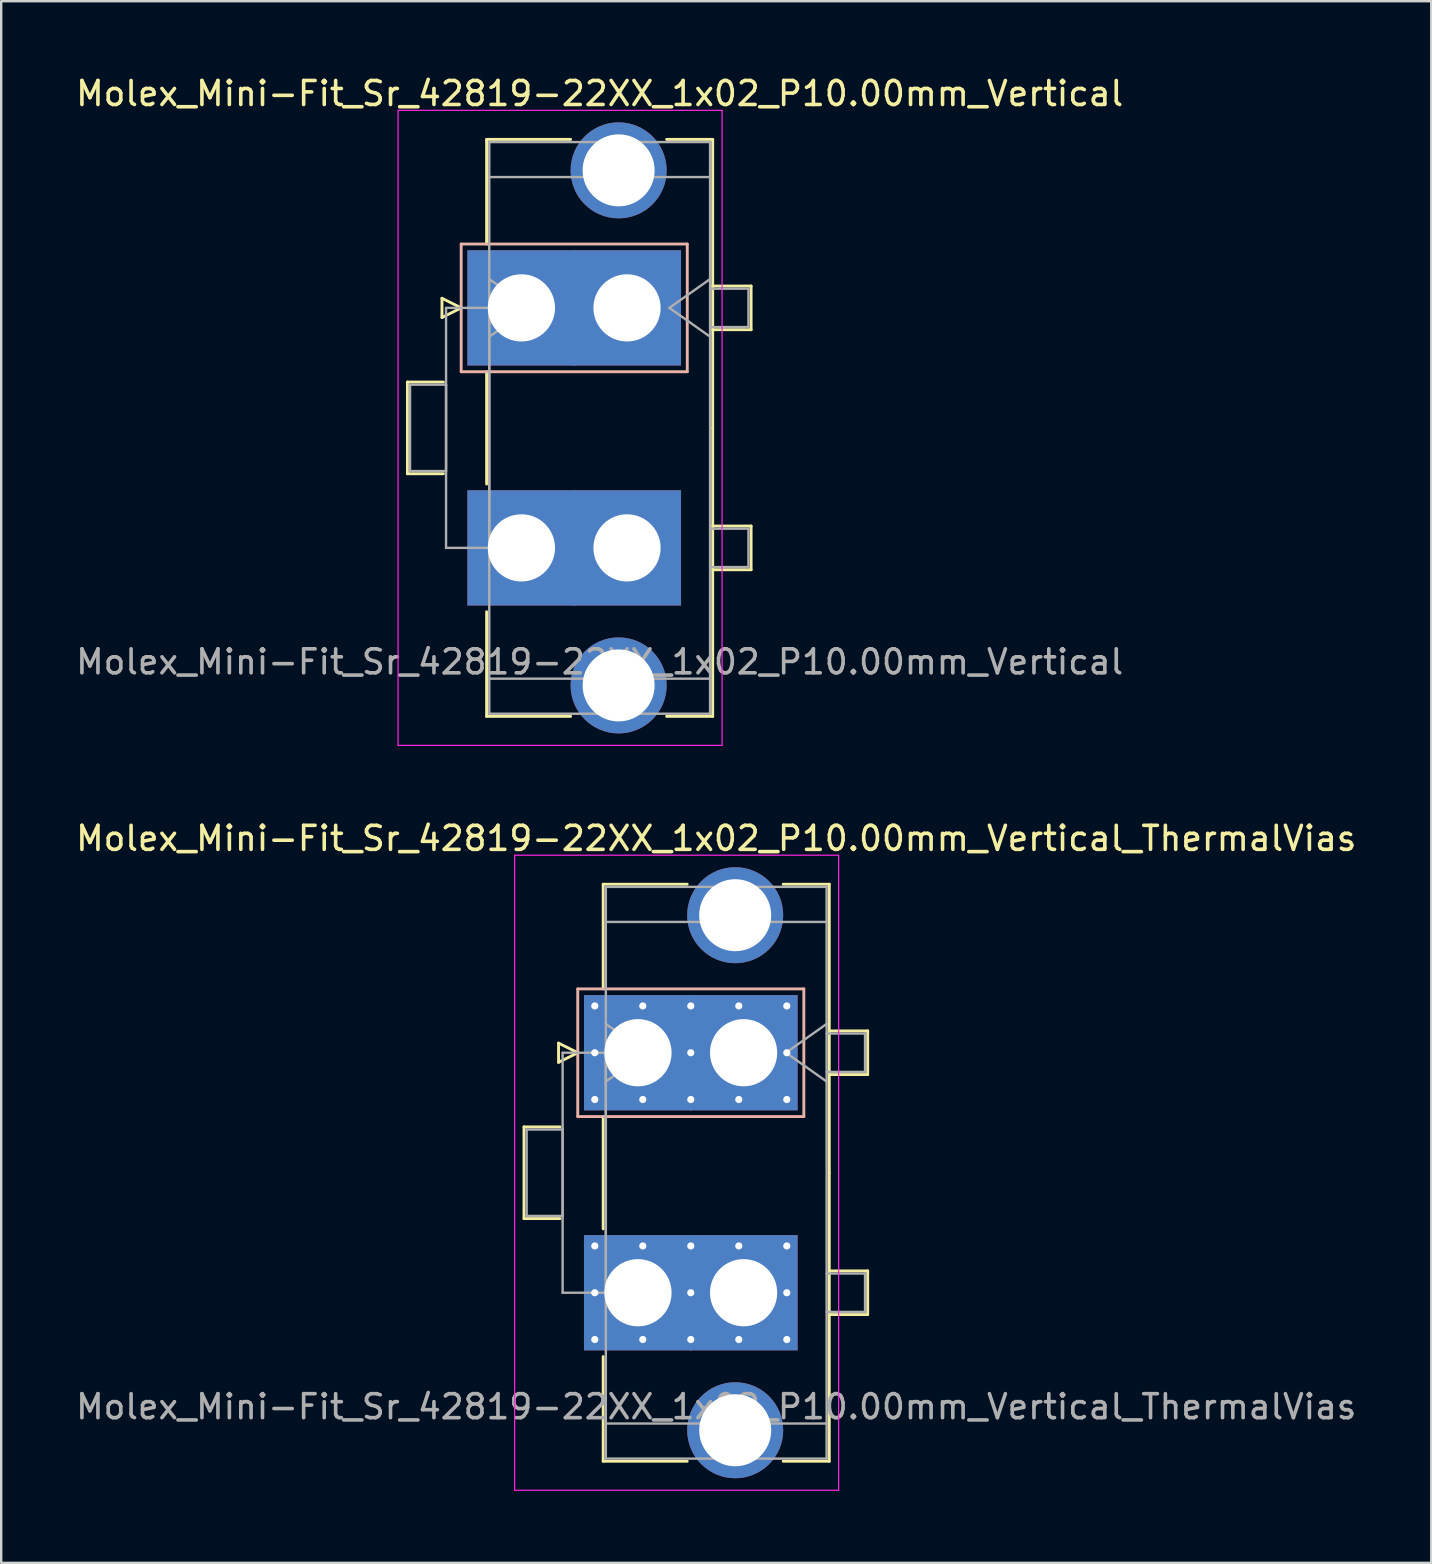
<source format=kicad_pcb>
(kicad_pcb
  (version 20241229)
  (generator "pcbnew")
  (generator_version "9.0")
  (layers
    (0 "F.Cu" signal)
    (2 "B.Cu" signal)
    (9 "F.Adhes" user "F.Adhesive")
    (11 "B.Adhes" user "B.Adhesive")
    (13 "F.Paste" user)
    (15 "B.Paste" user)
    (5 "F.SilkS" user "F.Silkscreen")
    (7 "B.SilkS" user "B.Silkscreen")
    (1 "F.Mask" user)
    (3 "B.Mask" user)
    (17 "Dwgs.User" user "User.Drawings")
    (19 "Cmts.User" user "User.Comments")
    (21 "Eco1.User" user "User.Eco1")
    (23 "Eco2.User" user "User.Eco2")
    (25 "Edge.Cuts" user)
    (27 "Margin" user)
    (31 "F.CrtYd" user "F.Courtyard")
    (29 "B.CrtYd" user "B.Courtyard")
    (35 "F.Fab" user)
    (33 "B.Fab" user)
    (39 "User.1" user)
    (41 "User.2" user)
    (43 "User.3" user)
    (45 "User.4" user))
  (footprint "Molex_Mini-Fit_Sr_42819-22XX_1x02_P10.00mm_Vertical"
    (layer "F.Cu")
    (at 18.675 9.778)
    (property "Reference" "Molex_Mini-Fit_Sr_42819-22XX_1x02_P10.00mm_Vertical" (at 3.26 -8.93 0) (layer "F.SilkS") (effects (font (size 1 1) (thickness 0.15))))
    (attr through_hole)
    (fp_line (start -4.75 3.09) (end -4.75 6.91) (stroke (width 0.12) (type solid)) (layer "F.SilkS"))
    (fp_line (start -4.75 6.91) (end -3.25 6.91) (stroke (width 0.12) (type solid)) (layer "F.SilkS"))
    (fp_line (start -3.31 -0.4) (end -3.31 0.4) (stroke (width 0.12) (type solid)) (layer "F.SilkS"))
    (fp_line (start -3.31 0.4) (end -2.51 0) (stroke (width 0.12) (type solid)) (layer "F.SilkS"))
    (fp_line (start -3.25 3.09) (end -4.75 3.09) (stroke (width 0.12) (type solid)) (layer "F.SilkS"))
    (fp_line (start -2.51 0) (end -3.31 -0.4) (stroke (width 0.12) (type solid)) (layer "F.SilkS"))
    (fp_line (start -1.45 -7.02) (end 2.05 -7.02) (stroke (width 0.12) (type solid)) (layer "F.SilkS"))
    (fp_line (start -1.45 -2.66) (end -1.45 -7.02) (stroke (width 0.12) (type solid)) (layer "F.SilkS"))
    (fp_line (start -1.45 2.66) (end -1.45 7.34) (stroke (width 0.12) (type solid)) (layer "F.SilkS"))
    (fp_line (start -1.45 12.66) (end -1.45 17.02) (stroke (width 0.12) (type solid)) (layer "F.SilkS"))
    (fp_line (start -1.45 17.02) (end 2.05 17.02) (stroke (width 0.12) (type solid)) (layer "F.SilkS"))
    (fp_line (start 6.05 -7.02) (end 7.97 -7.02) (stroke (width 0.12) (type solid)) (layer "F.SilkS"))
    (fp_line (start 6.05 17.02) (end 7.97 17.02) (stroke (width 0.12) (type solid)) (layer "F.SilkS"))
    (fp_line (start 7.97 -7.02) (end 7.97 5) (stroke (width 0.12) (type solid)) (layer "F.SilkS"))
    (fp_line (start 7.97 -0.91) (end 9.57 -0.91) (stroke (width 0.12) (type solid)) (layer "F.SilkS"))
    (fp_line (start 7.97 9.09) (end 9.57 9.09) (stroke (width 0.12) (type solid)) (layer "F.SilkS"))
    (fp_line (start 7.97 17.02) (end 7.97 5) (stroke (width 0.12) (type solid)) (layer "F.SilkS"))
    (fp_line (start 9.57 -0.91) (end 9.57 0.91) (stroke (width 0.12) (type solid)) (layer "F.SilkS"))
    (fp_line (start 9.57 0.91) (end 7.97 0.91) (stroke (width 0.12) (type solid)) (layer "F.SilkS"))
    (fp_line (start 9.57 9.09) (end 9.57 10.91) (stroke (width 0.12) (type solid)) (layer "F.SilkS"))
    (fp_line (start 9.57 10.91) (end 7.97 10.91) (stroke (width 0.12) (type solid)) (layer "F.SilkS"))
    (fp_line (start -2.51 -2.66) (end -2.51 2.66) (stroke (width 0.12) (type solid)) (layer "B.SilkS"))
    (fp_line (start -2.51 2.66) (end 6.91 2.66) (stroke (width 0.12) (type solid)) (layer "B.SilkS"))
    (fp_line (start 6.91 -2.66) (end -2.51 -2.66) (stroke (width 0.12) (type solid)) (layer "B.SilkS"))
    (fp_line (start 6.91 2.66) (end 6.91 -2.66) (stroke (width 0.12) (type solid)) (layer "B.SilkS"))
    (fp_line (start -5.14 -8.23) (end -5.14 18.23) (stroke (width 0.05) (type solid)) (layer "F.CrtYd"))
    (fp_line (start -5.14 18.23) (end 8.36 18.23) (stroke (width 0.05) (type solid)) (layer "F.CrtYd"))
    (fp_line (start 8.36 -8.23) (end -5.14 -8.23) (stroke (width 0.05) (type solid)) (layer "F.CrtYd"))
    (fp_line (start 8.36 18.23) (end 8.36 -8.23) (stroke (width 0.05) (type solid)) (layer "F.CrtYd"))
    (fp_line (start -4.64 3.2) (end -3.14 3.2) (stroke (width 0.1) (type solid)) (layer "F.Fab"))
    (fp_line (start -4.64 6.8) (end -4.64 3.2) (stroke (width 0.1) (type solid)) (layer "F.Fab"))
    (fp_line (start -3.14 0) (end -1.34 0) (stroke (width 0.1) (type solid)) (layer "F.Fab"))
    (fp_line (start -3.14 3.2) (end -3.14 6.8) (stroke (width 0.1) (type solid)) (layer "F.Fab"))
    (fp_line (start -3.14 6.8) (end -4.64 6.8) (stroke (width 0.1) (type solid)) (layer "F.Fab"))
    (fp_line (start -3.14 10) (end -3.14 0) (stroke (width 0.1) (type solid)) (layer "F.Fab"))
    (fp_line (start -1.34 -6.91) (end -1.34 16.91) (stroke (width 0.1) (type solid)) (layer "F.Fab"))
    (fp_line (start -1.34 -5.45) (end 7.86 -5.45) (stroke (width 0.1) (type solid)) (layer "F.Fab"))
    (fp_line (start -1.34 -1.2) (end 0.357 0) (stroke (width 0.1) (type solid)) (layer "F.Fab"))
    (fp_line (start -1.34 0) (end -1.34 10) (stroke (width 0.1) (type solid)) (layer "F.Fab"))
    (fp_line (start -1.34 10) (end -3.14 10) (stroke (width 0.1) (type solid)) (layer "F.Fab"))
    (fp_line (start -1.34 15.45) (end 7.86 15.45) (stroke (width 0.1) (type solid)) (layer "F.Fab"))
    (fp_line (start -1.34 16.91) (end 7.86 16.91) (stroke (width 0.1) (type solid)) (layer "F.Fab"))
    (fp_line (start 0.357 0) (end -1.34 1.2) (stroke (width 0.1) (type solid)) (layer "F.Fab"))
    (fp_line (start 6.163 0) (end 7.86 1.2) (stroke (width 0.1) (type solid)) (layer "F.Fab"))
    (fp_line (start 7.86 -6.91) (end -1.34 -6.91) (stroke (width 0.1) (type solid)) (layer "F.Fab"))
    (fp_line (start 7.86 -1.2) (end 6.163 0) (stroke (width 0.1) (type solid)) (layer "F.Fab"))
    (fp_line (start 7.86 -0.8) (end 9.46 -0.8) (stroke (width 0.1) (type solid)) (layer "F.Fab"))
    (fp_line (start 7.86 9.2) (end 9.46 9.2) (stroke (width 0.1) (type solid)) (layer "F.Fab"))
    (fp_line (start 7.86 16.91) (end 7.86 -6.91) (stroke (width 0.1) (type solid)) (layer "F.Fab"))
    (fp_line (start 9.46 -0.8) (end 9.46 0.8) (stroke (width 0.1) (type solid)) (layer "F.Fab"))
    (fp_line (start 9.46 0.8) (end 7.86 0.8) (stroke (width 0.1) (type solid)) (layer "F.Fab"))
    (fp_line (start 9.46 9.2) (end 9.46 10.8) (stroke (width 0.1) (type solid)) (layer "F.Fab"))
    (fp_line (start 9.46 10.8) (end 7.86 10.8) (stroke (width 0.1) (type solid)) (layer "F.Fab"))
    (fp_text user "${REFERENCE}" (at 3.26 14.75 0) (layer "F.Fab") (effects (font (size 1 1) (thickness 0.15))))
    (pad "" thru_hole circle (at 4.05 -5.73) (size 4 4) (drill 3) (layers "*.Cu" "*.Mask"))
    (pad "" thru_hole circle (at 4.05 15.73) (size 4 4) (drill 3) (layers "*.Cu" "*.Mask"))
    (pad "1" thru_hole rect (at 0 0) (size 4.5 4.8) (drill 2.8) (layers "*.Cu" "*.Mask"))
    (pad "1" thru_hole rect (at 4.4 0) (size 4.5 4.8) (drill 2.8) (layers "*.Cu" "*.Mask"))
    (pad "2" thru_hole rect (at 0 10) (size 4.5 4.8) (drill 2.8) (layers "*.Cu" "*.Mask"))
    (pad "2" thru_hole rect (at 4.4 10) (size 4.5 4.8) (drill 2.8) (layers "*.Cu" "*.Mask")))
  (footprint "Molex_Mini-Fit_Sr_42819-22XX_1x02_P10.00mm_Vertical_ThermalVias"
    (layer "F.Cu")
    (at 23.532 40.812)
    (property "Reference" "Molex_Mini-Fit_Sr_42819-22XX_1x02_P10.00mm_Vertical_ThermalVias" (at 3.26 -8.93 0) (layer "F.SilkS") (effects (font (size 1 1) (thickness 0.15))))
    (attr through_hole)
    (fp_line (start -4.75 3.09) (end -4.75 6.91) (stroke (width 0.12) (type solid)) (layer "F.SilkS"))
    (fp_line (start -4.75 6.91) (end -3.25 6.91) (stroke (width 0.12) (type solid)) (layer "F.SilkS"))
    (fp_line (start -3.31 -0.4) (end -3.31 0.4) (stroke (width 0.12) (type solid)) (layer "F.SilkS"))
    (fp_line (start -3.31 0.4) (end -2.51 0) (stroke (width 0.12) (type solid)) (layer "F.SilkS"))
    (fp_line (start -3.25 3.09) (end -4.75 3.09) (stroke (width 0.12) (type solid)) (layer "F.SilkS"))
    (fp_line (start -2.51 0) (end -3.31 -0.4) (stroke (width 0.12) (type solid)) (layer "F.SilkS"))
    (fp_line (start -1.45 -7.02) (end 2.05 -7.02) (stroke (width 0.12) (type solid)) (layer "F.SilkS"))
    (fp_line (start -1.45 -2.66) (end -1.45 -7.02) (stroke (width 0.12) (type solid)) (layer "F.SilkS"))
    (fp_line (start -1.45 2.66) (end -1.45 7.34) (stroke (width 0.12) (type solid)) (layer "F.SilkS"))
    (fp_line (start -1.45 12.66) (end -1.45 17.02) (stroke (width 0.12) (type solid)) (layer "F.SilkS"))
    (fp_line (start -1.45 17.02) (end 2.05 17.02) (stroke (width 0.12) (type solid)) (layer "F.SilkS"))
    (fp_line (start 6.05 -7.02) (end 7.97 -7.02) (stroke (width 0.12) (type solid)) (layer "F.SilkS"))
    (fp_line (start 6.05 17.02) (end 7.97 17.02) (stroke (width 0.12) (type solid)) (layer "F.SilkS"))
    (fp_line (start 7.97 -7.02) (end 7.97 5) (stroke (width 0.12) (type solid)) (layer "F.SilkS"))
    (fp_line (start 7.97 -0.91) (end 9.57 -0.91) (stroke (width 0.12) (type solid)) (layer "F.SilkS"))
    (fp_line (start 7.97 9.09) (end 9.57 9.09) (stroke (width 0.12) (type solid)) (layer "F.SilkS"))
    (fp_line (start 7.97 17.02) (end 7.97 5) (stroke (width 0.12) (type solid)) (layer "F.SilkS"))
    (fp_line (start 9.57 -0.91) (end 9.57 0.91) (stroke (width 0.12) (type solid)) (layer "F.SilkS"))
    (fp_line (start 9.57 0.91) (end 7.97 0.91) (stroke (width 0.12) (type solid)) (layer "F.SilkS"))
    (fp_line (start 9.57 9.09) (end 9.57 10.91) (stroke (width 0.12) (type solid)) (layer "F.SilkS"))
    (fp_line (start 9.57 10.91) (end 7.97 10.91) (stroke (width 0.12) (type solid)) (layer "F.SilkS"))
    (fp_line (start -2.51 -2.66) (end -2.51 2.66) (stroke (width 0.12) (type solid)) (layer "B.SilkS"))
    (fp_line (start -2.51 2.66) (end 6.91 2.66) (stroke (width 0.12) (type solid)) (layer "B.SilkS"))
    (fp_line (start 6.91 -2.66) (end -2.51 -2.66) (stroke (width 0.12) (type solid)) (layer "B.SilkS"))
    (fp_line (start 6.91 2.66) (end 6.91 -2.66) (stroke (width 0.12) (type solid)) (layer "B.SilkS"))
    (fp_line (start -5.14 -8.23) (end -5.14 18.23) (stroke (width 0.05) (type solid)) (layer "F.CrtYd"))
    (fp_line (start -5.14 18.23) (end 8.36 18.23) (stroke (width 0.05) (type solid)) (layer "F.CrtYd"))
    (fp_line (start 8.36 -8.23) (end -5.14 -8.23) (stroke (width 0.05) (type solid)) (layer "F.CrtYd"))
    (fp_line (start 8.36 18.23) (end 8.36 -8.23) (stroke (width 0.05) (type solid)) (layer "F.CrtYd"))
    (fp_line (start -4.64 3.2) (end -3.14 3.2) (stroke (width 0.1) (type solid)) (layer "F.Fab"))
    (fp_line (start -4.64 6.8) (end -4.64 3.2) (stroke (width 0.1) (type solid)) (layer "F.Fab"))
    (fp_line (start -3.14 0) (end -1.34 0) (stroke (width 0.1) (type solid)) (layer "F.Fab"))
    (fp_line (start -3.14 3.2) (end -3.14 6.8) (stroke (width 0.1) (type solid)) (layer "F.Fab"))
    (fp_line (start -3.14 6.8) (end -4.64 6.8) (stroke (width 0.1) (type solid)) (layer "F.Fab"))
    (fp_line (start -3.14 10) (end -3.14 0) (stroke (width 0.1) (type solid)) (layer "F.Fab"))
    (fp_line (start -1.34 -6.91) (end -1.34 16.91) (stroke (width 0.1) (type solid)) (layer "F.Fab"))
    (fp_line (start -1.34 -5.45) (end 7.86 -5.45) (stroke (width 0.1) (type solid)) (layer "F.Fab"))
    (fp_line (start -1.34 -1.2) (end 0.357 0) (stroke (width 0.1) (type solid)) (layer "F.Fab"))
    (fp_line (start -1.34 0) (end -1.34 10) (stroke (width 0.1) (type solid)) (layer "F.Fab"))
    (fp_line (start -1.34 10) (end -3.14 10) (stroke (width 0.1) (type solid)) (layer "F.Fab"))
    (fp_line (start -1.34 15.45) (end 7.86 15.45) (stroke (width 0.1) (type solid)) (layer "F.Fab"))
    (fp_line (start -1.34 16.91) (end 7.86 16.91) (stroke (width 0.1) (type solid)) (layer "F.Fab"))
    (fp_line (start 0.357 0) (end -1.34 1.2) (stroke (width 0.1) (type solid)) (layer "F.Fab"))
    (fp_line (start 6.163 0) (end 7.86 1.2) (stroke (width 0.1) (type solid)) (layer "F.Fab"))
    (fp_line (start 7.86 -6.91) (end -1.34 -6.91) (stroke (width 0.1) (type solid)) (layer "F.Fab"))
    (fp_line (start 7.86 -1.2) (end 6.163 0) (stroke (width 0.1) (type solid)) (layer "F.Fab"))
    (fp_line (start 7.86 -0.8) (end 9.46 -0.8) (stroke (width 0.1) (type solid)) (layer "F.Fab"))
    (fp_line (start 7.86 9.2) (end 9.46 9.2) (stroke (width 0.1) (type solid)) (layer "F.Fab"))
    (fp_line (start 7.86 16.91) (end 7.86 -6.91) (stroke (width 0.1) (type solid)) (layer "F.Fab"))
    (fp_line (start 9.46 -0.8) (end 9.46 0.8) (stroke (width 0.1) (type solid)) (layer "F.Fab"))
    (fp_line (start 9.46 0.8) (end 7.86 0.8) (stroke (width 0.1) (type solid)) (layer "F.Fab"))
    (fp_line (start 9.46 9.2) (end 9.46 10.8) (stroke (width 0.1) (type solid)) (layer "F.Fab"))
    (fp_line (start 9.46 10.8) (end 7.86 10.8) (stroke (width 0.1) (type solid)) (layer "F.Fab"))
    (fp_text user "${REFERENCE}" (at 3.26 14.75 0) (layer "F.Fab") (effects (font (size 1 1) (thickness 0.15))))
    (pad "" thru_hole circle (at 4.05 -5.73) (size 4 4) (drill 3) (layers "*.Cu" "*.Mask"))
    (pad "" thru_hole circle (at 4.05 15.73) (size 4 4) (drill 3) (layers "*.Cu" "*.Mask"))
    (pad "1" thru_hole rect (at -1.8 -1.95) (size 0.6 0.6) (drill 0.3) (layers "*.Cu" "*.Mask"))
    (pad "1" thru_hole rect (at -1.8 0) (size 0.6 0.6) (drill 0.3) (layers "*.Cu" "*.Mask"))
    (pad "1" thru_hole rect (at -1.8 1.95) (size 0.6 0.6) (drill 0.3) (layers "*.Cu" "*.Mask"))
    (pad "1" thru_hole rect (at 0 0) (size 4.5 4.8) (drill 2.8) (layers "*.Cu" "*.Mask"))
    (pad "1" thru_hole rect (at 0.2 -1.95) (size 0.6 0.6) (drill 0.3) (layers "*.Cu" "*.Mask"))
    (pad "1" thru_hole rect (at 0.2 1.95) (size 0.6 0.6) (drill 0.3) (layers "*.Cu" "*.Mask"))
    (pad "1" thru_hole rect (at 2.2 -1.95) (size 0.6 0.6) (drill 0.3) (layers "*.Cu" "*.Mask"))
    (pad "1" thru_hole rect (at 2.2 0) (size 0.6 0.6) (drill 0.3) (layers "*.Cu" "*.Mask"))
    (pad "1" thru_hole rect (at 2.2 1.95) (size 0.6 0.6) (drill 0.3) (layers "*.Cu" "*.Mask"))
    (pad "1" thru_hole rect (at 4.2 -1.95) (size 0.6 0.6) (drill 0.3) (layers "*.Cu" "*.Mask"))
    (pad "1" thru_hole rect (at 4.2 1.95) (size 0.6 0.6) (drill 0.3) (layers "*.Cu" "*.Mask"))
    (pad "1" thru_hole rect (at 4.4 0) (size 4.5 4.8) (drill 2.8) (layers "*.Cu" "*.Mask"))
    (pad "1" thru_hole rect (at 6.2 -1.95) (size 0.6 0.6) (drill 0.3) (layers "*.Cu" "*.Mask"))
    (pad "1" thru_hole rect (at 6.2 0) (size 0.6 0.6) (drill 0.3) (layers "*.Cu" "*.Mask"))
    (pad "1" thru_hole rect (at 6.2 1.95) (size 0.6 0.6) (drill 0.3) (layers "*.Cu" "*.Mask"))
    (pad "2" thru_hole circle (at -1.8 8.05) (size 0.6 0.6) (drill 0.3) (layers "*.Cu" "*.Mask"))
    (pad "2" thru_hole circle (at -1.8 10) (size 0.6 0.6) (drill 0.3) (layers "*.Cu" "*.Mask"))
    (pad "2" thru_hole circle (at -1.8 11.95) (size 0.6 0.6) (drill 0.3) (layers "*.Cu" "*.Mask"))
    (pad "2" thru_hole rect (at 0 10) (size 4.5 4.8) (drill 2.8) (layers "*.Cu" "*.Mask"))
    (pad "2" thru_hole circle (at 0.2 8.05) (size 0.6 0.6) (drill 0.3) (layers "*.Cu" "*.Mask"))
    (pad "2" thru_hole circle (at 0.2 11.95) (size 0.6 0.6) (drill 0.3) (layers "*.Cu" "*.Mask"))
    (pad "2" thru_hole circle (at 2.2 8.05) (size 0.6 0.6) (drill 0.3) (layers "*.Cu" "*.Mask"))
    (pad "2" thru_hole circle (at 2.2 10) (size 0.6 0.6) (drill 0.3) (layers "*.Cu" "*.Mask"))
    (pad "2" thru_hole circle (at 2.2 11.95) (size 0.6 0.6) (drill 0.3) (layers "*.Cu" "*.Mask"))
    (pad "2" thru_hole circle (at 4.2 8.05) (size 0.6 0.6) (drill 0.3) (layers "*.Cu" "*.Mask"))
    (pad "2" thru_hole circle (at 4.2 11.95) (size 0.6 0.6) (drill 0.3) (layers "*.Cu" "*.Mask"))
    (pad "2" thru_hole rect (at 4.4 10) (size 4.5 4.8) (drill 2.8) (layers "*.Cu" "*.Mask"))
    (pad "2" thru_hole circle (at 6.2 8.05) (size 0.6 0.6) (drill 0.3) (layers "*.Cu" "*.Mask"))
    (pad "2" thru_hole circle (at 6.2 10) (size 0.6 0.6) (drill 0.3) (layers "*.Cu" "*.Mask"))
    (pad "2" thru_hole circle (at 6.2 11.95) (size 0.6 0.6) (drill 0.3) (layers "*.Cu" "*.Mask")))
  (gr_rect
    (start -3 -3)
    (end 56.583 62.066)
    (stroke (width 0.1) (type default))
    (fill no)
    (layer "Edge.Cuts")))
</source>
